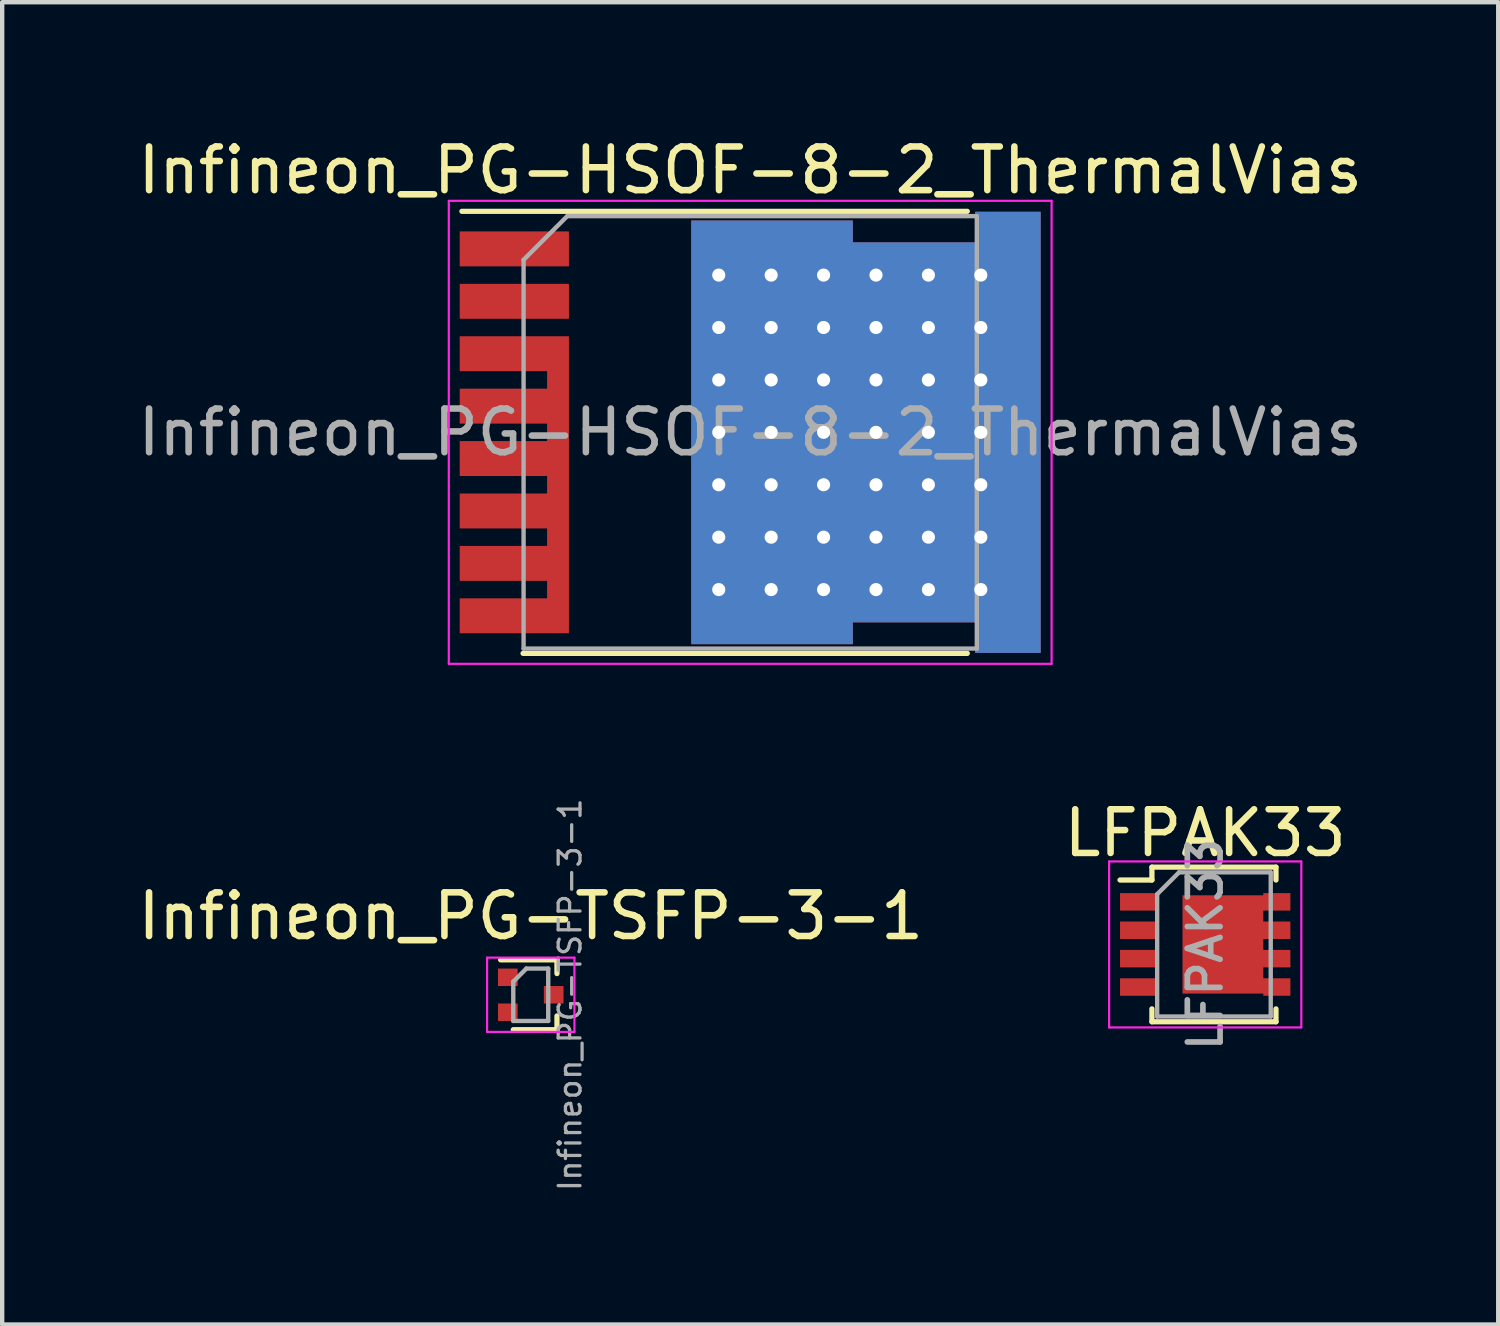
<source format=kicad_pcb>
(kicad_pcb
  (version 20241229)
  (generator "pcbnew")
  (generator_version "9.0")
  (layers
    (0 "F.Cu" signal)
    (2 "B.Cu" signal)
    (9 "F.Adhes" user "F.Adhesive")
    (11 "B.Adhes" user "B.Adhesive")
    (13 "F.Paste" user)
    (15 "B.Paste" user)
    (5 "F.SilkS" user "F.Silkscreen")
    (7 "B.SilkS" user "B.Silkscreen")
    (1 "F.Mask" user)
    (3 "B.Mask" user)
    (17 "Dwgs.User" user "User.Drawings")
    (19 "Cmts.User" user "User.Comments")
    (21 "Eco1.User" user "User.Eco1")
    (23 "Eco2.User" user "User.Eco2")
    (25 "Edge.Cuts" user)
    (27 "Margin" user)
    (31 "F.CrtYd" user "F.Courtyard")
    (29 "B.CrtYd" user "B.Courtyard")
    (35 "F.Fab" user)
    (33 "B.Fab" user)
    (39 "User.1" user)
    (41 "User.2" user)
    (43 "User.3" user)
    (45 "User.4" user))
  (footprint "LFPAK33"
    (layer "F.Cu")
    (at 24.542 18.572)
    (property "Reference" "LFPAK33" (at 0 -2.55 0) (layer "F.SilkS") (effects (font (size 1 1) (thickness 0.15))))
    (attr smd)
    (fp_line (start -1.95 -1.475) (end -1.22 -1.475) (stroke (width 0.12) (type solid)) (layer "F.SilkS"))
    (fp_line (start -1.22 -1.77) (end -1.22 -1.475) (stroke (width 0.12) (type solid)) (layer "F.SilkS"))
    (fp_line (start -1.22 1.475) (end -1.22 1.77) (stroke (width 0.12) (type solid)) (layer "F.SilkS"))
    (fp_line (start -1.22 1.77) (end 1.62 1.77) (stroke (width 0.12) (type solid)) (layer "F.SilkS"))
    (fp_line (start 1.62 -1.77) (end -1.22 -1.77) (stroke (width 0.12) (type solid)) (layer "F.SilkS"))
    (fp_line (start 1.62 -1.475) (end 1.62 -1.77) (stroke (width 0.12) (type solid)) (layer "F.SilkS"))
    (fp_line (start 1.62 1.77) (end 1.62 1.475) (stroke (width 0.12) (type solid)) (layer "F.SilkS"))
    (fp_line (start -2.2 -1.9) (end 2.2 -1.9) (stroke (width 0.05) (type solid)) (layer "F.CrtYd"))
    (fp_line (start -2.2 1.9) (end -2.2 -1.9) (stroke (width 0.05) (type solid)) (layer "F.CrtYd"))
    (fp_line (start -2.2 1.9) (end 2.2 1.9) (stroke (width 0.05) (type solid)) (layer "F.CrtYd"))
    (fp_line (start 2.2 -1.9) (end 2.2 1.9) (stroke (width 0.05) (type solid)) (layer "F.CrtYd"))
    (fp_line (start -1.1 -1.15) (end -1.1 1.65) (stroke (width 0.1) (type solid)) (layer "F.Fab"))
    (fp_line (start -1.1 1.65) (end 1.5 1.65) (stroke (width 0.1) (type solid)) (layer "F.Fab"))
    (fp_line (start -0.6 -1.65) (end -1.1 -1.15) (stroke (width 0.1) (type solid)) (layer "F.Fab"))
    (fp_line (start -0.6 -1.65) (end 1.5 -1.65) (stroke (width 0.1) (type solid)) (layer "F.Fab"))
    (fp_line (start 1.5 1.65) (end 1.5 -1.65) (stroke (width 0.1) (type solid)) (layer "F.Fab"))
    (fp_text user "${REFERENCE}" (at 0 0 90) (layer "F.Fab") (effects (font (size 0.75 0.75) (thickness 0.13))))
    (pad "" smd rect (at -1.535 -0.975) (size 0.83 0.3) (layers "F.Paste"))
    (pad "" smd rect (at -1.535 -0.325) (size 0.83 0.3) (layers "F.Paste"))
    (pad "" smd rect (at -1.535 0.325) (size 0.83 0.3) (layers "F.Paste"))
    (pad "" smd rect (at -1.535 0.975) (size 0.83 0.3) (layers "F.Paste"))
    (pad "" smd rect (at -0.215 -0.626) (size 0.51 0.635) (layers "F.Paste"))
    (pad "" smd rect (at -0.215 0.626) (size 0.51 0.635) (layers "F.Paste"))
    (pad "" smd rect (at 0.645 -0.626) (size 0.51 0.635) (layers "F.Paste"))
    (pad "" smd rect (at 0.645 0.626) (size 0.51 0.635) (layers "F.Paste"))
    (pad "" smd rect (at 1.575 -0.975) (size 0.75 0.3) (layers "F.Paste"))
    (pad "" smd rect (at 1.575 -0.325) (size 0.75 0.3) (layers "F.Paste"))
    (pad "" smd rect (at 1.575 0.325) (size 0.75 0.3) (layers "F.Paste"))
    (pad "" smd rect (at 1.575 0.975) (size 0.75 0.3) (layers "F.Paste"))
    (pad "1" smd rect (at -1.535 -0.975) (size 0.83 0.4) (layers "F.Cu" "F.Mask"))
    (pad "2" smd rect (at -1.535 -0.325) (size 0.83 0.4) (layers "F.Cu" "F.Mask"))
    (pad "3" smd rect (at -1.535 0.325) (size 0.83 0.4) (layers "F.Cu" "F.Mask"))
    (pad "4" smd rect (at -1.535 0.975) (size 0.83 0.4) (layers "F.Cu" "F.Mask"))
    (pad "5" smd custom (at 0.405 0) (size 1.85 2.25) (layers "F.Cu" "F.Mask") (options (anchor rect)) (primitives (gr_poly (pts (xy 1.545 -0.775) (xy 0.925 -0.775) (xy 0.925 -1.175) (xy 1.545 -1.175)) (width 0) (fill yes)) (gr_poly (pts (xy 1.545 -0.125) (xy 0.925 -0.125) (xy 0.925 -0.525) (xy 1.545 -0.525)) (width 0) (fill yes)) (gr_poly (pts (xy 1.545 0.525) (xy 0.925 0.525) (xy 0.925 0.125) (xy 1.545 0.125)) (width 0) (fill yes)) (gr_poly (pts (xy 1.545 1.175) (xy 0.925 1.175) (xy 0.925 0.775) (xy 1.545 0.775)) (width 0) (fill yes)))))
  (footprint "Infineon_PG-HSOF-8-2_ThermalVias"
    (layer "F.Cu")
    (at 14.125 6.848)
    (property "Reference" "Infineon_PG-HSOF-8-2_ThermalVias" (at 0 -6 0) (layer "F.SilkS") (effects (font (size 1 1) (thickness 0.15))))
    (attr smd)
    (fp_line (start -5.2 5.06) (end 4.97 5.06) (stroke (width 0.12) (type solid)) (layer "F.SilkS"))
    (fp_line (start 4.97 -5.06) (end -6.6 -5.06) (stroke (width 0.12) (type solid)) (layer "F.SilkS"))
    (fp_line (start -6.9 5.3) (end -6.9 -5.3) (stroke (width 0.05) (type solid)) (layer "F.CrtYd"))
    (fp_line (start -6.9 5.3) (end 6.9 5.3) (stroke (width 0.05) (type solid)) (layer "F.CrtYd"))
    (fp_line (start 6.9 -5.3) (end -6.9 -5.3) (stroke (width 0.05) (type solid)) (layer "F.CrtYd"))
    (fp_line (start 6.9 -5.3) (end 6.9 5.3) (stroke (width 0.05) (type solid)) (layer "F.CrtYd"))
    (fp_line (start -5.188 4.95) (end -5.188 -3.95) (stroke (width 0.1) (type solid)) (layer "F.Fab"))
    (fp_line (start -4.188 -4.95) (end -5.188 -3.95) (stroke (width 0.1) (type solid)) (layer "F.Fab"))
    (fp_line (start -4.188 -4.95) (end 5.188 -4.95) (stroke (width 0.1) (type solid)) (layer "F.Fab"))
    (fp_line (start 5.188 -4.95) (end 5.188 4.95) (stroke (width 0.1) (type solid)) (layer "F.Fab"))
    (fp_line (start 5.188 4.95) (end -5.188 4.95) (stroke (width 0.1) (type solid)) (layer "F.Fab"))
    (fp_text user "${REFERENCE}" (at 0 0 0) (layer "F.Fab") (effects (font (size 1 1) (thickness 0.15))))
    (pad "" smd rect (at -5.4 -4.2) (size 2.35 0.7) (layers "F.Paste"))
    (pad "" smd rect (at -5.4 -3) (size 2.35 0.7) (layers "F.Paste"))
    (pad "" smd rect (at -5.4 -1.8) (size 2.35 0.7) (layers "F.Paste"))
    (pad "" smd rect (at -5.4 -0.6) (size 2.35 0.7) (layers "F.Paste"))
    (pad "" smd rect (at -5.4 0.6) (size 2.35 0.7) (layers "F.Paste"))
    (pad "" smd rect (at -5.4 1.8) (size 2.35 0.7) (layers "F.Paste"))
    (pad "" smd rect (at -5.4 3) (size 2.35 0.7) (layers "F.Paste"))
    (pad "" smd rect (at -5.4 4.2) (size 2.35 0.7) (layers "F.Paste"))
    (pad "" smd circle (at -0.12 -4.2) (size 1 1) (layers "F.Paste"))
    (pad "" smd circle (at -0.12 -3) (size 1 1) (layers "F.Paste"))
    (pad "" smd circle (at -0.12 -1.8) (size 1 1) (layers "F.Paste"))
    (pad "" smd circle (at -0.12 -0.6) (size 1 1) (layers "F.Paste"))
    (pad "" smd circle (at -0.12 0.6) (size 1 1) (layers "F.Paste"))
    (pad "" smd circle (at -0.12 1.8) (size 1 1) (layers "F.Paste"))
    (pad "" smd circle (at -0.12 3) (size 1 1) (layers "F.Paste"))
    (pad "" smd circle (at -0.12 4.2) (size 1 1) (layers "F.Paste"))
    (pad "" smd circle (at 1.08 -4.2) (size 1 1) (layers "F.Paste"))
    (pad "" smd circle (at 1.08 -3) (size 1 1) (layers "F.Paste"))
    (pad "" smd circle (at 1.08 -1.8) (size 1 1) (layers "F.Paste"))
    (pad "" smd circle (at 1.08 -0.6) (size 1 1) (layers "F.Paste"))
    (pad "" smd circle (at 1.08 0.6) (size 1 1) (layers "F.Paste"))
    (pad "" smd circle (at 1.08 1.8) (size 1 1) (layers "F.Paste"))
    (pad "" smd circle (at 1.08 3) (size 1 1) (layers "F.Paste"))
    (pad "" smd circle (at 1.08 4.2) (size 1 1) (layers "F.Paste"))
    (pad "" smd circle (at 2.28 -3) (size 1 1) (layers "F.Paste"))
    (pad "" smd circle (at 2.28 -1.8) (size 1 1) (layers "F.Paste"))
    (pad "" smd circle (at 2.28 -0.6) (size 1 1) (layers "F.Paste"))
    (pad "" smd circle (at 2.28 0.6) (size 1 1) (layers "F.Paste"))
    (pad "" smd circle (at 2.28 1.8) (size 1 1) (layers "F.Paste"))
    (pad "" smd circle (at 2.28 3) (size 1 1) (layers "F.Paste"))
    (pad "" smd circle (at 3.48 -3) (size 1 1) (layers "F.Paste"))
    (pad "" smd circle (at 3.48 -1.8) (size 1 1) (layers "F.Paste"))
    (pad "" smd circle (at 3.48 -0.6) (size 1 1) (layers "F.Paste"))
    (pad "" smd circle (at 3.48 0.6) (size 1 1) (layers "F.Paste"))
    (pad "" smd circle (at 3.48 1.8) (size 1 1) (layers "F.Paste"))
    (pad "" smd circle (at 3.48 3) (size 1 1) (layers "F.Paste"))
    (pad "" smd circle (at 4.68 -3) (size 1 1) (layers "F.Paste"))
    (pad "" smd circle (at 4.68 -1.8) (size 1 1) (layers "F.Paste"))
    (pad "" smd circle (at 4.68 -0.6) (size 1 1) (layers "F.Paste"))
    (pad "" smd circle (at 4.68 0.6) (size 1 1) (layers "F.Paste"))
    (pad "" smd circle (at 4.68 1.8) (size 1 1) (layers "F.Paste"))
    (pad "" smd circle (at 4.68 3) (size 1 1) (layers "F.Paste"))
    (pad "" smd circle (at 5.88 -4.2) (size 1 1) (layers "F.Paste"))
    (pad "" smd circle (at 5.88 -3) (size 1 1) (layers "F.Paste"))
    (pad "" smd circle (at 5.88 -1.8) (size 1 1) (layers "F.Paste"))
    (pad "" smd circle (at 5.88 -0.6) (size 1 1) (layers "F.Paste"))
    (pad "" smd circle (at 5.88 0.6) (size 1 1) (layers "F.Paste"))
    (pad "" smd circle (at 5.88 1.8) (size 1 1) (layers "F.Paste"))
    (pad "" smd circle (at 5.88 3) (size 1 1) (layers "F.Paste"))
    (pad "" smd circle (at 5.88 4.2) (size 1 1) (layers "F.Paste"))
    (pad "1" smd rect (at -5.4 -4.2) (size 2.5 0.8) (layers "F.Cu" "F.Mask"))
    (pad "2" smd rect (at -5.4 -3) (size 2.5 0.8) (layers "F.Cu" "F.Mask"))
    (pad "3" smd custom (at -4.4 1.2) (size 0.5 6.8) (layers "F.Cu" "F.Mask") (options (anchor rect)) (primitives (gr_poly (pts (xy -0.25 -2.6) (xy -2.25 -2.6) (xy -2.25 -3.4) (xy -0.25 -3.4)) (width 0) (fill yes)) (gr_poly (pts (xy -0.25 -1.4) (xy -2.25 -1.4) (xy -2.25 -2.2) (xy -0.25 -2.2)) (width 0) (fill yes)) (gr_poly (pts (xy -0.25 -0.2) (xy -2.25 -0.2) (xy -2.25 -1) (xy -0.25 -1)) (width 0) (fill yes)) (gr_poly (pts (xy -0.25 1) (xy -2.25 1) (xy -2.25 0.2) (xy -0.25 0.2)) (width 0) (fill yes)) (gr_poly (pts (xy -0.25 2.2) (xy -2.25 2.2) (xy -2.25 1.4) (xy -0.25 1.4)) (width 0) (fill yes)) (gr_poly (pts (xy -0.25 3.4) (xy -2.25 3.4) (xy -2.25 2.6) (xy -0.25 2.6)) (width 0) (fill yes))))
    (pad "4" thru_hole circle (at -0.72 -3.6) (size 0.6 0.6) (drill 0.3) (layers "*.Cu"))
    (pad "4" thru_hole circle (at -0.72 -2.4) (size 0.6 0.6) (drill 0.3) (layers "*.Cu"))
    (pad "4" thru_hole circle (at -0.72 -1.2) (size 0.6 0.6) (drill 0.3) (layers "*.Cu"))
    (pad "4" thru_hole circle (at -0.72 0) (size 0.6 0.6) (drill 0.3) (layers "*.Cu"))
    (pad "4" thru_hole circle (at -0.72 1.2) (size 0.6 0.6) (drill 0.3) (layers "*.Cu"))
    (pad "4" thru_hole circle (at -0.72 2.4) (size 0.6 0.6) (drill 0.3) (layers "*.Cu"))
    (pad "4" thru_hole circle (at -0.72 3.6) (size 0.6 0.6) (drill 0.3) (layers "*.Cu"))
    (pad "4" thru_hole circle (at 0.48 -3.6) (size 0.6 0.6) (drill 0.3) (layers "*.Cu"))
    (pad "4" thru_hole circle (at 0.48 -2.4) (size 0.6 0.6) (drill 0.3) (layers "*.Cu"))
    (pad "4" thru_hole circle (at 0.48 -1.2) (size 0.6 0.6) (drill 0.3) (layers "*.Cu"))
    (pad "4" thru_hole circle (at 0.48 0) (size 0.6 0.6) (drill 0.3) (layers "*.Cu"))
    (pad "4" thru_hole circle (at 0.48 1.2) (size 0.6 0.6) (drill 0.3) (layers "*.Cu"))
    (pad "4" thru_hole circle (at 0.48 2.4) (size 0.6 0.6) (drill 0.3) (layers "*.Cu"))
    (pad "4" thru_hole circle (at 0.48 3.6) (size 0.6 0.6) (drill 0.3) (layers "*.Cu"))
    (pad "4" thru_hole circle (at 1.68 -3.6) (size 0.6 0.6) (drill 0.3) (layers "*.Cu"))
    (pad "4" thru_hole circle (at 1.68 -2.4) (size 0.6 0.6) (drill 0.3) (layers "*.Cu"))
    (pad "4" thru_hole circle (at 1.68 -1.2) (size 0.6 0.6) (drill 0.3) (layers "*.Cu"))
    (pad "4" thru_hole circle (at 1.68 0) (size 0.6 0.6) (drill 0.3) (layers "*.Cu"))
    (pad "4" thru_hole circle (at 1.68 1.2) (size 0.6 0.6) (drill 0.3) (layers "*.Cu"))
    (pad "4" thru_hole circle (at 1.68 2.4) (size 0.6 0.6) (drill 0.3) (layers "*.Cu"))
    (pad "4" thru_hole circle (at 1.68 3.6) (size 0.6 0.6) (drill 0.3) (layers "*.Cu"))
    (pad "4" thru_hole circle (at 2.88 -3.6) (size 0.6 0.6) (drill 0.3) (layers "*.Cu"))
    (pad "4" thru_hole circle (at 2.88 -2.4) (size 0.6 0.6) (drill 0.3) (layers "*.Cu"))
    (pad "4" thru_hole circle (at 2.88 -1.2) (size 0.6 0.6) (drill 0.3) (layers "*.Cu"))
    (pad "4" thru_hole circle (at 2.88 0) (size 0.6 0.6) (drill 0.3) (layers "*.Cu"))
    (pad "4" thru_hole circle (at 2.88 1.2) (size 0.6 0.6) (drill 0.3) (layers "*.Cu"))
    (pad "4" thru_hole circle (at 2.88 2.4) (size 0.6 0.6) (drill 0.3) (layers "*.Cu"))
    (pad "4" thru_hole circle (at 2.88 3.6) (size 0.6 0.6) (drill 0.3) (layers "*.Cu"))
    (pad "4" smd custom (at 3.75 0) (size 2.8 8.7) (layers "F.Cu" "F.Mask") (options (anchor rect)) (primitives (gr_poly (pts (xy 2.9 5.05) (xy 1.4 5.05) (xy 1.4 -5.05) (xy 2.9 -5.05)) (width 0) (fill yes)) (gr_poly (pts (xy -1.4 4.85) (xy -5.1 4.85) (xy -5.1 -4.85) (xy -1.4 -4.85)) (width 0) (fill yes))))
    (pad "4" smd custom (at 3.75 0) (size 2.8 8.7) (layers "B.Cu") (options (anchor rect)) (primitives (gr_poly (pts (xy 2.9 5.05) (xy 1.4 5.05) (xy 1.4 -5.05) (xy 2.9 -5.05)) (width 0) (fill yes)) (gr_poly (pts (xy -1.4 4.85) (xy -5.1 4.85) (xy -5.1 -4.85) (xy -1.4 -4.85)) (width 0) (fill yes))))
    (pad "4" thru_hole circle (at 4.08 -3.6) (size 0.6 0.6) (drill 0.3) (layers "*.Cu"))
    (pad "4" thru_hole circle (at 4.08 -2.4) (size 0.6 0.6) (drill 0.3) (layers "*.Cu"))
    (pad "4" thru_hole circle (at 4.08 -1.2) (size 0.6 0.6) (drill 0.3) (layers "*.Cu"))
    (pad "4" thru_hole circle (at 4.08 0) (size 0.6 0.6) (drill 0.3) (layers "*.Cu"))
    (pad "4" thru_hole circle (at 4.08 1.2) (size 0.6 0.6) (drill 0.3) (layers "*.Cu"))
    (pad "4" thru_hole circle (at 4.08 2.4) (size 0.6 0.6) (drill 0.3) (layers "*.Cu"))
    (pad "4" thru_hole circle (at 4.08 3.6) (size 0.6 0.6) (drill 0.3) (layers "*.Cu"))
    (pad "4" thru_hole circle (at 5.28 -3.6) (size 0.6 0.6) (drill 0.3) (layers "*.Cu"))
    (pad "4" thru_hole circle (at 5.28 -2.4) (size 0.6 0.6) (drill 0.3) (layers "*.Cu"))
    (pad "4" thru_hole circle (at 5.28 -1.2) (size 0.6 0.6) (drill 0.3) (layers "*.Cu"))
    (pad "4" thru_hole circle (at 5.28 0) (size 0.6 0.6) (drill 0.3) (layers "*.Cu"))
    (pad "4" thru_hole circle (at 5.28 1.2) (size 0.6 0.6) (drill 0.3) (layers "*.Cu"))
    (pad "4" thru_hole circle (at 5.28 2.4) (size 0.6 0.6) (drill 0.3) (layers "*.Cu"))
    (pad "4" thru_hole circle (at 5.28 3.6) (size 0.6 0.6) (drill 0.3) (layers "*.Cu")))
  (footprint "Infineon_PG-TSFP-3-1"
    (layer "F.Cu")
    (at 9.101 19.724)
    (property "Reference" "Infineon_PG-TSFP-3-1" (at 0 -1.8 0) (layer "F.SilkS") (effects (font (size 1 1) (thickness 0.15))))
    (attr smd)
    (fp_line (start -0.69 -0.8) (end 0.6 -0.8) (stroke (width 0.12) (type solid)) (layer "F.SilkS"))
    (fp_line (start 0.6 -0.8) (end 0.6 -0.485) (stroke (width 0.12) (type solid)) (layer "F.SilkS"))
    (fp_line (start 0.6 0.485) (end 0.6 0.8) (stroke (width 0.12) (type solid)) (layer "F.SilkS"))
    (fp_line (start 0.6 0.8) (end -0.4 0.8) (stroke (width 0.12) (type solid)) (layer "F.SilkS"))
    (fp_line (start -1 -0.85) (end 1 -0.85) (stroke (width 0.05) (type solid)) (layer "F.CrtYd"))
    (fp_line (start -1 0.85) (end -1 -0.85) (stroke (width 0.05) (type solid)) (layer "F.CrtYd"))
    (fp_line (start 1 -0.85) (end 1 0.85) (stroke (width 0.05) (type solid)) (layer "F.CrtYd"))
    (fp_line (start 1 0.85) (end -1 0.85) (stroke (width 0.05) (type solid)) (layer "F.CrtYd"))
    (fp_line (start -0.4 -0.3) (end -0.1 -0.6) (stroke (width 0.1) (type solid)) (layer "F.Fab"))
    (fp_line (start -0.4 0.6) (end -0.4 -0.3) (stroke (width 0.1) (type solid)) (layer "F.Fab"))
    (fp_line (start -0.1 -0.6) (end 0.4 -0.6) (stroke (width 0.1) (type solid)) (layer "F.Fab"))
    (fp_line (start 0.4 -0.6) (end 0.4 0.6) (stroke (width 0.1) (type solid)) (layer "F.Fab"))
    (fp_line (start 0.4 0.6) (end -0.4 0.6) (stroke (width 0.1) (type solid)) (layer "F.Fab"))
    (fp_text user "${REFERENCE}" (at 0.9 0 90) (layer "F.Fab") (effects (font (size 0.5 0.5) (thickness 0.075))))
    (pad "1" smd rect (at -0.525 -0.4 270) (size 0.4 0.45) (layers "F.Cu" "F.Mask" "F.Paste"))
    (pad "2" smd rect (at -0.525 0.4 270) (size 0.4 0.45) (layers "F.Cu" "F.Mask" "F.Paste"))
    (pad "3" smd rect (at 0.525 0 270) (size 0.4 0.45) (layers "F.Cu" "F.Mask" "F.Paste")))
  (gr_rect
    (start -3 -3)
    (end 31.25 27.274)
    (stroke (width 0.1) (type default))
    (fill no)
    (layer "Edge.Cuts")))
</source>
